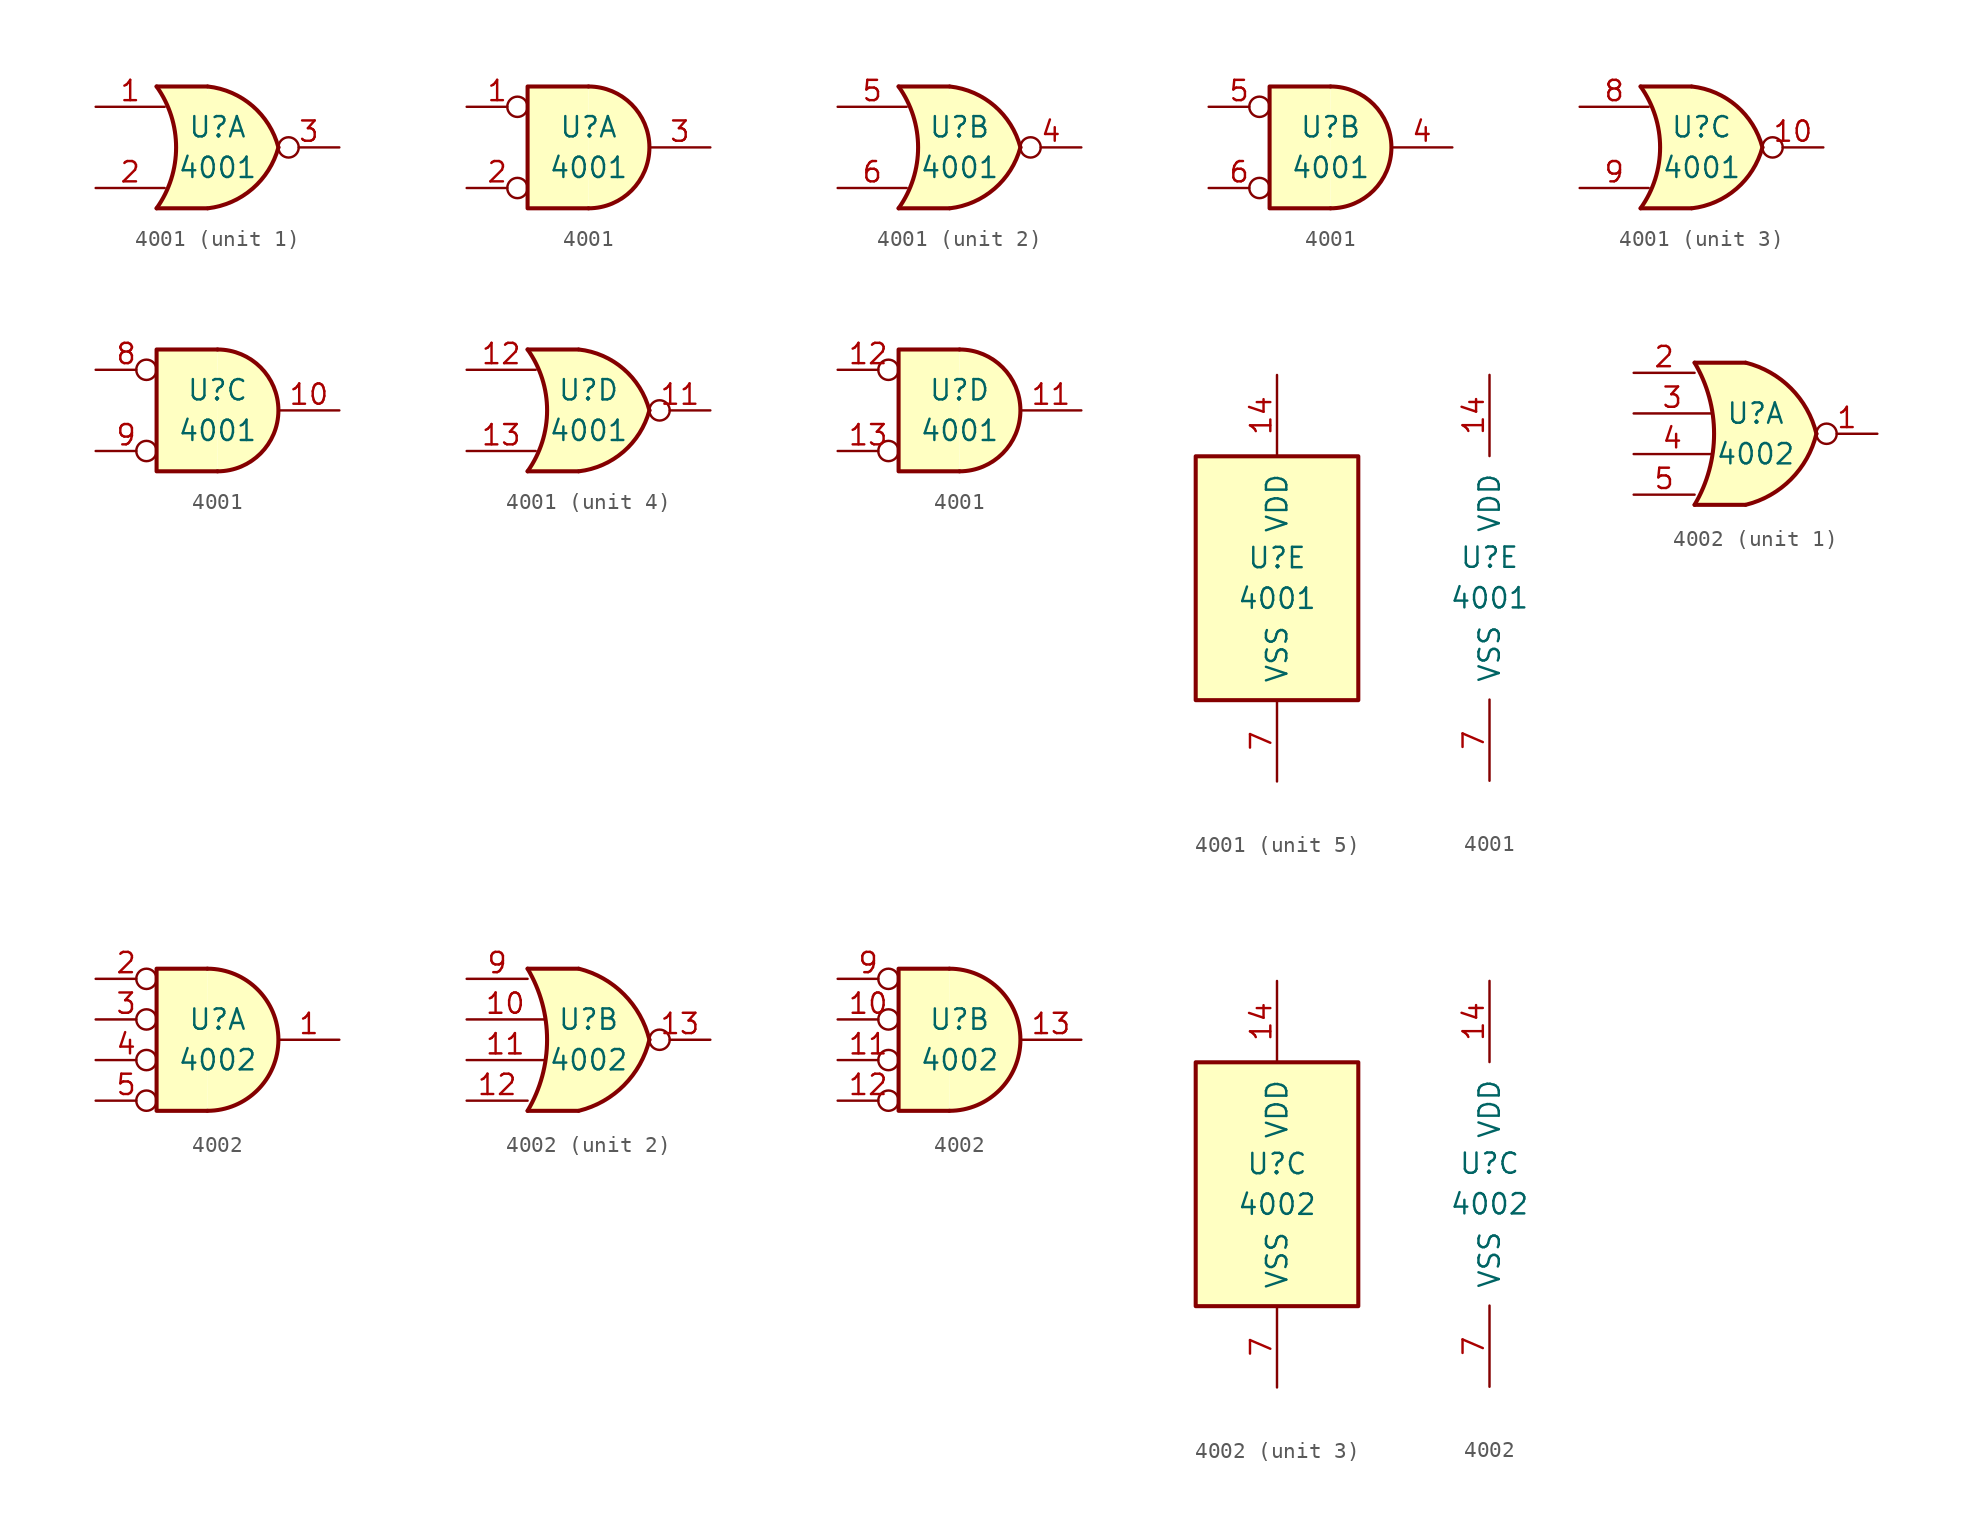
<source format=kicad_sym>
(kicad_symbol_lib
  (version 20211014)
  (generator kicad_symbol_editor)
  (symbol "4001"
    (pin_names
      (offset 1.016))
    (property "Reference" "U"
      (at 0 1.27 0)
      (effects (font (size 1.27 1.27))))
    (property "Value" "4001"
      (at 0 -1.27 0)
      (effects (font (size 1.27 1.27))))
    (property "ki_locked" ""
      (at 0 0 0)
      (effects (font (size 1.27 1.27))))
    (symbol "4001_1_1"
      (arc (start -3.81 -3.81) (mid -2.589 0) (end -3.81 3.81) (stroke (width 0.254) (type default) (color 0 0 0 0)) (fill (type none)))
      (arc (start -0.6096 -3.81) (mid 2.1842 -2.5851) (end 3.81 0) (stroke (width 0.254) (type default) (color 0 0 0 0)) (fill (type background)))
      (polyline (pts (xy -3.81 -3.81) (xy -0.635 -3.81)) (stroke (width 0.254) (type default) (color 0 0 0 0)) (fill (type background)))
      (polyline (pts (xy -3.81 3.81) (xy -0.635 3.81)) (stroke (width 0.254) (type default) (color 0 0 0 0)) (fill (type background)))
      (polyline (pts (xy -0.635 3.81) (xy -3.81 3.81) (xy -3.81 3.81) (xy -3.556 3.404) (xy -3.023 2.261) (xy -2.692 1.041) (xy -2.616 -0.254) (xy -2.769 -1.499) (xy -3.175 -2.718) (xy -3.81 -3.81) (xy -3.81 -3.81) (xy -0.635 -3.81)) (stroke (width -25.4) (type default) (color 0 0 0 0)) (fill (type background)))
      (arc (start 3.81 0) (mid 2.1915 2.5936) (end -0.6096 3.81) (stroke (width 0.254) (type default) (color 0 0 0 0)) (fill (type background)))
      (pin input line (at -7.62 2.54 0) (length 4.318) (name "~" (effects (font (size 1.27 1.27)))) (number "1" (effects (font (size 1.27 1.27)))))
      (pin input line (at -7.62 -2.54 0) (length 4.318) (name "~" (effects (font (size 1.27 1.27)))) (number "2" (effects (font (size 1.27 1.27)))))
      (pin output inverted (at 7.62 0 180) (length 3.81) (name "~" (effects (font (size 1.27 1.27)))) (number "3" (effects (font (size 1.27 1.27))))))
    (symbol "4001_1_2"
      (arc (start 0 -3.81) (mid 3.81 0) (end 0 3.81) (stroke (width 0.254) (type default) (color 0 0 0 0)) (fill (type background)))
      (polyline (pts (xy 0 3.81) (xy -3.81 3.81) (xy -3.81 -3.81) (xy 0 -3.81)) (stroke (width 0.254) (type default) (color 0 0 0 0)) (fill (type background)))
      (pin input inverted (at -7.62 2.54 0) (length 3.81) (name "~" (effects (font (size 1.27 1.27)))) (number "1" (effects (font (size 1.27 1.27)))))
      (pin input inverted (at -7.62 -2.54 0) (length 3.81) (name "~" (effects (font (size 1.27 1.27)))) (number "2" (effects (font (size 1.27 1.27)))))
      (pin output line (at 7.62 0 180) (length 3.81) (name "~" (effects (font (size 1.27 1.27)))) (number "3" (effects (font (size 1.27 1.27))))))
    (symbol "4001_2_1"
      (arc (start -3.81 -3.81) (mid -2.589 0) (end -3.81 3.81) (stroke (width 0.254) (type default) (color 0 0 0 0)) (fill (type none)))
      (arc (start -0.6096 -3.81) (mid 2.1842 -2.5851) (end 3.81 0) (stroke (width 0.254) (type default) (color 0 0 0 0)) (fill (type background)))
      (polyline (pts (xy -3.81 -3.81) (xy -0.635 -3.81)) (stroke (width 0.254) (type default) (color 0 0 0 0)) (fill (type background)))
      (polyline (pts (xy -3.81 3.81) (xy -0.635 3.81)) (stroke (width 0.254) (type default) (color 0 0 0 0)) (fill (type background)))
      (polyline (pts (xy -0.635 3.81) (xy -3.81 3.81) (xy -3.81 3.81) (xy -3.556 3.404) (xy -3.023 2.261) (xy -2.692 1.041) (xy -2.616 -0.254) (xy -2.769 -1.499) (xy -3.175 -2.718) (xy -3.81 -3.81) (xy -3.81 -3.81) (xy -0.635 -3.81)) (stroke (width -25.4) (type default) (color 0 0 0 0)) (fill (type background)))
      (arc (start 3.81 0) (mid 2.1915 2.5936) (end -0.6096 3.81) (stroke (width 0.254) (type default) (color 0 0 0 0)) (fill (type background)))
      (pin output inverted (at 7.62 0 180) (length 3.81) (name "~" (effects (font (size 1.27 1.27)))) (number "4" (effects (font (size 1.27 1.27)))))
      (pin input line (at -7.62 2.54 0) (length 4.318) (name "~" (effects (font (size 1.27 1.27)))) (number "5" (effects (font (size 1.27 1.27)))))
      (pin input line (at -7.62 -2.54 0) (length 4.318) (name "~" (effects (font (size 1.27 1.27)))) (number "6" (effects (font (size 1.27 1.27))))))
    (symbol "4001_2_2"
      (arc (start 0 -3.81) (mid 3.81 0) (end 0 3.81) (stroke (width 0.254) (type default) (color 0 0 0 0)) (fill (type background)))
      (polyline (pts (xy 0 3.81) (xy -3.81 3.81) (xy -3.81 -3.81) (xy 0 -3.81)) (stroke (width 0.254) (type default) (color 0 0 0 0)) (fill (type background)))
      (pin output line (at 7.62 0 180) (length 3.81) (name "~" (effects (font (size 1.27 1.27)))) (number "4" (effects (font (size 1.27 1.27)))))
      (pin input inverted (at -7.62 2.54 0) (length 3.81) (name "~" (effects (font (size 1.27 1.27)))) (number "5" (effects (font (size 1.27 1.27)))))
      (pin input inverted (at -7.62 -2.54 0) (length 3.81) (name "~" (effects (font (size 1.27 1.27)))) (number "6" (effects (font (size 1.27 1.27))))))
    (symbol "4001_3_1"
      (arc (start -3.81 -3.81) (mid -2.589 0) (end -3.81 3.81) (stroke (width 0.254) (type default) (color 0 0 0 0)) (fill (type none)))
      (arc (start -0.6096 -3.81) (mid 2.1842 -2.5851) (end 3.81 0) (stroke (width 0.254) (type default) (color 0 0 0 0)) (fill (type background)))
      (polyline (pts (xy -3.81 -3.81) (xy -0.635 -3.81)) (stroke (width 0.254) (type default) (color 0 0 0 0)) (fill (type background)))
      (polyline (pts (xy -3.81 3.81) (xy -0.635 3.81)) (stroke (width 0.254) (type default) (color 0 0 0 0)) (fill (type background)))
      (polyline (pts (xy -0.635 3.81) (xy -3.81 3.81) (xy -3.81 3.81) (xy -3.556 3.404) (xy -3.023 2.261) (xy -2.692 1.041) (xy -2.616 -0.254) (xy -2.769 -1.499) (xy -3.175 -2.718) (xy -3.81 -3.81) (xy -3.81 -3.81) (xy -0.635 -3.81)) (stroke (width -25.4) (type default) (color 0 0 0 0)) (fill (type background)))
      (arc (start 3.81 0) (mid 2.1915 2.5936) (end -0.6096 3.81) (stroke (width 0.254) (type default) (color 0 0 0 0)) (fill (type background)))
      (pin output inverted (at 7.62 0 180) (length 3.81) (name "~" (effects (font (size 1.27 1.27)))) (number "10" (effects (font (size 1.27 1.27)))))
      (pin input line (at -7.62 2.54 0) (length 4.318) (name "~" (effects (font (size 1.27 1.27)))) (number "8" (effects (font (size 1.27 1.27)))))
      (pin input line (at -7.62 -2.54 0) (length 4.318) (name "~" (effects (font (size 1.27 1.27)))) (number "9" (effects (font (size 1.27 1.27))))))
    (symbol "4001_3_2"
      (arc (start 0 -3.81) (mid 3.81 0) (end 0 3.81) (stroke (width 0.254) (type default) (color 0 0 0 0)) (fill (type background)))
      (polyline (pts (xy 0 3.81) (xy -3.81 3.81) (xy -3.81 -3.81) (xy 0 -3.81)) (stroke (width 0.254) (type default) (color 0 0 0 0)) (fill (type background)))
      (pin output line (at 7.62 0 180) (length 3.81) (name "~" (effects (font (size 1.27 1.27)))) (number "10" (effects (font (size 1.27 1.27)))))
      (pin input inverted (at -7.62 2.54 0) (length 3.81) (name "~" (effects (font (size 1.27 1.27)))) (number "8" (effects (font (size 1.27 1.27)))))
      (pin input inverted (at -7.62 -2.54 0) (length 3.81) (name "~" (effects (font (size 1.27 1.27)))) (number "9" (effects (font (size 1.27 1.27))))))
    (symbol "4001_4_1"
      (arc (start -3.81 -3.81) (mid -2.589 0) (end -3.81 3.81) (stroke (width 0.254) (type default) (color 0 0 0 0)) (fill (type none)))
      (arc (start -0.6096 -3.81) (mid 2.1842 -2.5851) (end 3.81 0) (stroke (width 0.254) (type default) (color 0 0 0 0)) (fill (type background)))
      (polyline (pts (xy -3.81 -3.81) (xy -0.635 -3.81)) (stroke (width 0.254) (type default) (color 0 0 0 0)) (fill (type background)))
      (polyline (pts (xy -3.81 3.81) (xy -0.635 3.81)) (stroke (width 0.254) (type default) (color 0 0 0 0)) (fill (type background)))
      (polyline (pts (xy -0.635 3.81) (xy -3.81 3.81) (xy -3.81 3.81) (xy -3.556 3.404) (xy -3.023 2.261) (xy -2.692 1.041) (xy -2.616 -0.254) (xy -2.769 -1.499) (xy -3.175 -2.718) (xy -3.81 -3.81) (xy -3.81 -3.81) (xy -0.635 -3.81)) (stroke (width -25.4) (type default) (color 0 0 0 0)) (fill (type background)))
      (arc (start 3.81 0) (mid 2.1915 2.5936) (end -0.6096 3.81) (stroke (width 0.254) (type default) (color 0 0 0 0)) (fill (type background)))
      (pin output inverted (at 7.62 0 180) (length 3.81) (name "~" (effects (font (size 1.27 1.27)))) (number "11" (effects (font (size 1.27 1.27)))))
      (pin input line (at -7.62 2.54 0) (length 4.318) (name "~" (effects (font (size 1.27 1.27)))) (number "12" (effects (font (size 1.27 1.27)))))
      (pin input line (at -7.62 -2.54 0) (length 4.318) (name "~" (effects (font (size 1.27 1.27)))) (number "13" (effects (font (size 1.27 1.27))))))
    (symbol "4001_4_2"
      (arc (start 0 -3.81) (mid 3.81 0) (end 0 3.81) (stroke (width 0.254) (type default) (color 0 0 0 0)) (fill (type background)))
      (polyline (pts (xy 0 3.81) (xy -3.81 3.81) (xy -3.81 -3.81) (xy 0 -3.81)) (stroke (width 0.254) (type default) (color 0 0 0 0)) (fill (type background)))
      (pin output line (at 7.62 0 180) (length 3.81) (name "~" (effects (font (size 1.27 1.27)))) (number "11" (effects (font (size 1.27 1.27)))))
      (pin input inverted (at -7.62 2.54 0) (length 3.81) (name "~" (effects (font (size 1.27 1.27)))) (number "12" (effects (font (size 1.27 1.27)))))
      (pin input inverted (at -7.62 -2.54 0) (length 3.81) (name "~" (effects (font (size 1.27 1.27)))) (number "13" (effects (font (size 1.27 1.27))))))
    (symbol "4001_5_0"
      (pin power_in line (at 0 12.7 270) (length 5.08) (name "VDD" (effects (font (size 1.27 1.27)))) (number "14" (effects (font (size 1.27 1.27)))))
      (pin power_in line (at 0 -12.7 90) (length 5.08) (name "VSS" (effects (font (size 1.27 1.27)))) (number "7" (effects (font (size 1.27 1.27))))))
    (symbol "4001_5_1"
      (rectangle (start -5.08 7.62) (end 5.08 -7.62) (stroke (width 0.254) (type default) (color 0 0 0 0)) (fill (type background)))))
  (symbol "4002"
    (pin_names
      (offset 1.016))
    (property "Reference" "U"
      (at 0 1.27 0)
      (effects (font (size 1.27 1.27))))
    (property "Value" "4002"
      (at 0 -1.27 0)
      (effects (font (size 1.27 1.27))))
    (property "ki_locked" ""
      (at 0 0 0)
      (effects (font (size 1.27 1.27))))
    (symbol "4002_1_1"
      (arc (start -3.81 -4.445) (mid -2.5908 0) (end -3.81 4.445) (stroke (width 0.254) (type default) (color 0 0 0 0)) (fill (type none)))
      (arc (start -0.6096 -4.445) (mid 2.2246 -2.8422) (end 3.81 0) (stroke (width 0.254) (type default) (color 0 0 0 0)) (fill (type background)))
      (polyline (pts (xy -3.81 -4.445) (xy -0.635 -4.445)) (stroke (width 0.254) (type default) (color 0 0 0 0)) (fill (type background)))
      (polyline (pts (xy -3.81 4.445) (xy -0.635 4.445)) (stroke (width 0.254) (type default) (color 0 0 0 0)) (fill (type background)))
      (polyline (pts (xy -0.635 4.445) (xy -3.81 4.445) (xy -3.81 4.445) (xy -3.632 4.089) (xy -3.099 2.921) (xy -2.769 1.676) (xy -2.616 0.432) (xy -2.642 -0.864) (xy -2.87 -2.108) (xy -3.251 -3.327) (xy -3.81 -4.445) (xy -3.81 -4.445) (xy -0.635 -4.445)) (stroke (width -25.4) (type default) (color 0 0 0 0)) (fill (type background)))
      (arc (start 3.81 0) (mid 2.2204 2.8379) (end -0.6096 4.445) (stroke (width 0.254) (type default) (color 0 0 0 0)) (fill (type background)))
      (pin output inverted (at 7.62 0 180) (length 3.81) (name "~" (effects (font (size 1.27 1.27)))) (number "1" (effects (font (size 1.27 1.27)))))
      (pin input line (at -7.62 3.81 0) (length 3.81) (name "~" (effects (font (size 1.27 1.27)))) (number "2" (effects (font (size 1.27 1.27)))))
      (pin input line (at -7.62 1.27 0) (length 4.826) (name "~" (effects (font (size 1.27 1.27)))) (number "3" (effects (font (size 1.27 1.27)))))
      (pin input line (at -7.62 -1.27 0) (length 4.826) (name "~" (effects (font (size 1.27 1.27)))) (number "4" (effects (font (size 1.27 1.27)))))
      (pin input line (at -7.62 -3.81 0) (length 3.81) (name "~" (effects (font (size 1.27 1.27)))) (number "5" (effects (font (size 1.27 1.27))))))
    (symbol "4002_1_2"
      (arc (start -0.635 -4.445) (mid 3.81 0) (end -0.635 4.445) (stroke (width 0.254) (type default) (color 0 0 0 0)) (fill (type background)))
      (polyline (pts (xy -0.635 4.445) (xy -3.81 4.445) (xy -3.81 -4.445) (xy -0.635 -4.445)) (stroke (width 0.254) (type default) (color 0 0 0 0)) (fill (type background)))
      (pin output line (at 7.62 0 180) (length 3.81) (name "~" (effects (font (size 1.27 1.27)))) (number "1" (effects (font (size 1.27 1.27)))))
      (pin input inverted (at -7.62 3.81 0) (length 3.81) (name "~" (effects (font (size 1.27 1.27)))) (number "2" (effects (font (size 1.27 1.27)))))
      (pin input inverted (at -7.62 1.27 0) (length 3.81) (name "~" (effects (font (size 1.27 1.27)))) (number "3" (effects (font (size 1.27 1.27)))))
      (pin input inverted (at -7.62 -1.27 0) (length 3.81) (name "~" (effects (font (size 1.27 1.27)))) (number "4" (effects (font (size 1.27 1.27)))))
      (pin input inverted (at -7.62 -3.81 0) (length 3.81) (name "~" (effects (font (size 1.27 1.27)))) (number "5" (effects (font (size 1.27 1.27))))))
    (symbol "4002_2_1"
      (arc (start -3.81 -4.445) (mid -2.5908 0) (end -3.81 4.445) (stroke (width 0.254) (type default) (color 0 0 0 0)) (fill (type none)))
      (arc (start -0.6096 -4.445) (mid 2.2246 -2.8422) (end 3.81 0) (stroke (width 0.254) (type default) (color 0 0 0 0)) (fill (type background)))
      (polyline (pts (xy -3.81 -4.445) (xy -0.635 -4.445)) (stroke (width 0.254) (type default) (color 0 0 0 0)) (fill (type background)))
      (polyline (pts (xy -3.81 4.445) (xy -0.635 4.445)) (stroke (width 0.254) (type default) (color 0 0 0 0)) (fill (type background)))
      (polyline (pts (xy -0.635 4.445) (xy -3.81 4.445) (xy -3.81 4.445) (xy -3.632 4.089) (xy -3.099 2.921) (xy -2.769 1.676) (xy -2.616 0.432) (xy -2.642 -0.864) (xy -2.87 -2.108) (xy -3.251 -3.327) (xy -3.81 -4.445) (xy -3.81 -4.445) (xy -0.635 -4.445)) (stroke (width -25.4) (type default) (color 0 0 0 0)) (fill (type background)))
      (arc (start 3.81 0) (mid 2.2204 2.8379) (end -0.6096 4.445) (stroke (width 0.254) (type default) (color 0 0 0 0)) (fill (type background)))
      (pin input line (at -7.62 1.27 0) (length 4.826) (name "~" (effects (font (size 1.27 1.27)))) (number "10" (effects (font (size 1.27 1.27)))))
      (pin input line (at -7.62 -1.27 0) (length 4.826) (name "~" (effects (font (size 1.27 1.27)))) (number "11" (effects (font (size 1.27 1.27)))))
      (pin input line (at -7.62 -3.81 0) (length 3.81) (name "~" (effects (font (size 1.27 1.27)))) (number "12" (effects (font (size 1.27 1.27)))))
      (pin output inverted (at 7.62 0 180) (length 3.81) (name "~" (effects (font (size 1.27 1.27)))) (number "13" (effects (font (size 1.27 1.27)))))
      (pin input line (at -7.62 3.81 0) (length 3.81) (name "~" (effects (font (size 1.27 1.27)))) (number "9" (effects (font (size 1.27 1.27))))))
    (symbol "4002_2_2"
      (arc (start -0.635 -4.445) (mid 3.81 0) (end -0.635 4.445) (stroke (width 0.254) (type default) (color 0 0 0 0)) (fill (type background)))
      (polyline (pts (xy -0.635 4.445) (xy -3.81 4.445) (xy -3.81 -4.445) (xy -0.635 -4.445)) (stroke (width 0.254) (type default) (color 0 0 0 0)) (fill (type background)))
      (pin input inverted (at -7.62 1.27 0) (length 3.81) (name "~" (effects (font (size 1.27 1.27)))) (number "10" (effects (font (size 1.27 1.27)))))
      (pin input inverted (at -7.62 -1.27 0) (length 3.81) (name "~" (effects (font (size 1.27 1.27)))) (number "11" (effects (font (size 1.27 1.27)))))
      (pin input inverted (at -7.62 -3.81 0) (length 3.81) (name "~" (effects (font (size 1.27 1.27)))) (number "12" (effects (font (size 1.27 1.27)))))
      (pin output line (at 7.62 0 180) (length 3.81) (name "~" (effects (font (size 1.27 1.27)))) (number "13" (effects (font (size 1.27 1.27)))))
      (pin input inverted (at -7.62 3.81 0) (length 3.81) (name "~" (effects (font (size 1.27 1.27)))) (number "9" (effects (font (size 1.27 1.27))))))
    (symbol "4002_3_0"
      (pin power_in line (at 0 12.7 270) (length 5.08) (name "VDD" (effects (font (size 1.27 1.27)))) (number "14" (effects (font (size 1.27 1.27)))))
      (pin power_in line (at 0 -12.7 90) (length 5.08) (name "VSS" (effects (font (size 1.27 1.27)))) (number "7" (effects (font (size 1.27 1.27))))))
    (symbol "4002_3_1"
      (rectangle (start -5.08 7.62) (end 5.08 -7.62) (stroke (width 0.254) (type default) (color 0 0 0 0)) (fill (type background))))))
</source>
